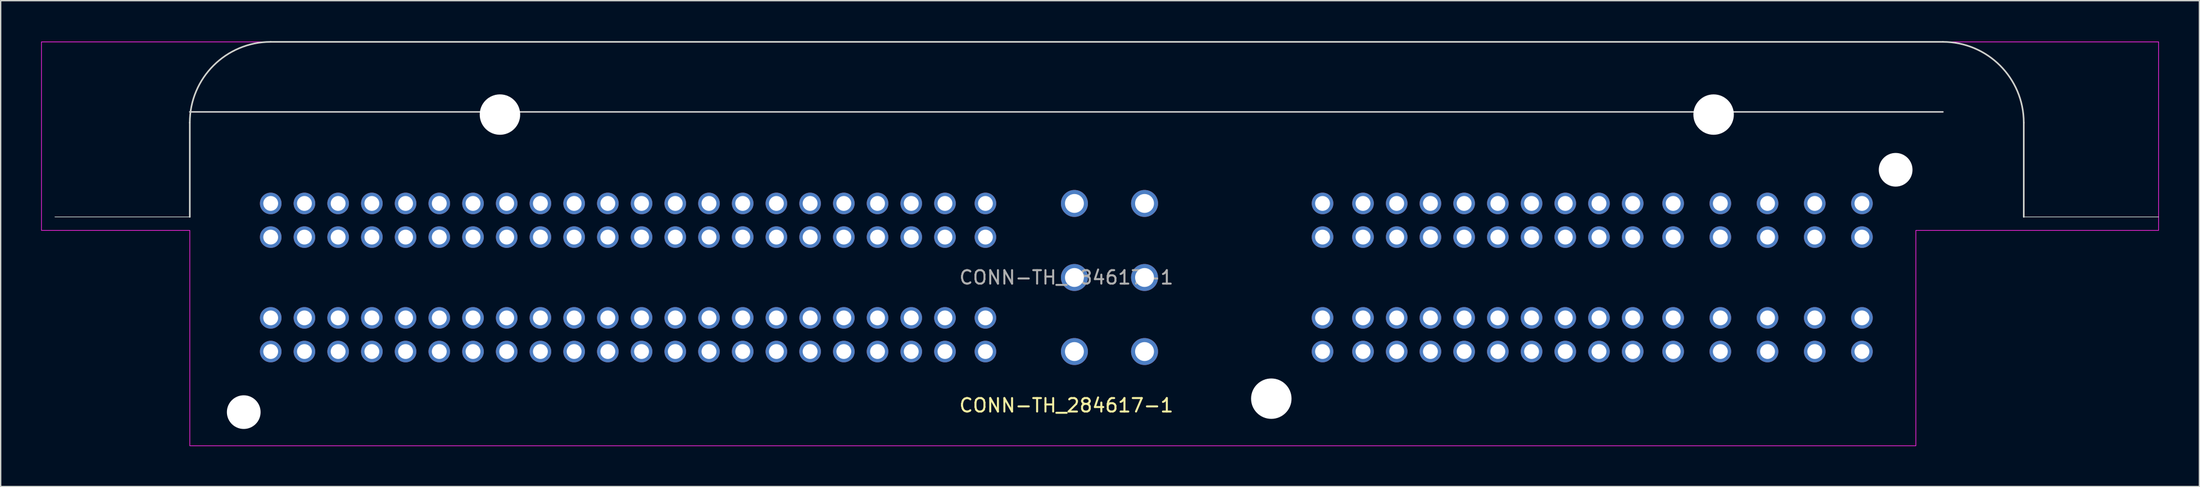
<source format=kicad_pcb>
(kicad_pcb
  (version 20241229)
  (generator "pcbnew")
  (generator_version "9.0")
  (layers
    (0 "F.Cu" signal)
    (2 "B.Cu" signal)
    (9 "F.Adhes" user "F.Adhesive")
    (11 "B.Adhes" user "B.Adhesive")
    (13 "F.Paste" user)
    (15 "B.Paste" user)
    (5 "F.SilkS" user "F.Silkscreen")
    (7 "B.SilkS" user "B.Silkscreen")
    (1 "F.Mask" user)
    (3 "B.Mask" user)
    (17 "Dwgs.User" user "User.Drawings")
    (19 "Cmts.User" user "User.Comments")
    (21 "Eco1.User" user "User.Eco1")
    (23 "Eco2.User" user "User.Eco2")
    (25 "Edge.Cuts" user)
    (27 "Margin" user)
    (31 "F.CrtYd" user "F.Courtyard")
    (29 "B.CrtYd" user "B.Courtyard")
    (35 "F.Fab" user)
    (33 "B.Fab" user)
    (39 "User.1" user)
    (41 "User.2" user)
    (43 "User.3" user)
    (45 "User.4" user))
  (footprint "CONN-TH_284617-1"
    (layer "F.Cu")
    (at 11.025 12.06)
    (property "Reference" "CONN-TH_284617-1" (at 65 15 180) (layer "F.SilkS") (effects (font (size 1 1) (thickness 0.15))))
    (attr through_hole)
    (fp_line (start 130 -6.8) (end 0 -6.8) (stroke (width 0.12) (type default)) (layer "Dwgs.User"))
    (fp_line (start 0 -6) (end 0 1) (stroke (width 0.12) (type default)) (layer "Edge.Cuts"))
    (fp_line (start 0 1) (end -10 1) (stroke (width 0.05) (type default)) (layer "Edge.Cuts"))
    (fp_line (start 130 -12) (end 6 -12) (stroke (width 0.12) (type default)) (layer "Edge.Cuts"))
    (fp_line (start 136 -6) (end 136 1) (stroke (width 0.12) (type default)) (layer "Edge.Cuts"))
    (fp_line (start 136 1) (end 146 1) (stroke (width 0.05) (type default)) (layer "Edge.Cuts"))
    (fp_arc (start 0 -6) (mid 1.757359 -10.242641) (end 6 -12) (stroke (width 0.12) (type default)) (layer "Edge.Cuts"))
    (fp_arc (start 130 -12) (mid 134.242641 -10.242641) (end 136 -6) (stroke (width 0.12) (type default)) (layer "Edge.Cuts"))
    (fp_poly (pts (xy 128 18) (xy 128 2) (xy 146 2) (xy 146 -12) (xy -11 -12) (xy -11 2) (xy 0 2) (xy 0 18)) (stroke (width 0.05) (type solid)) (fill no) (layer "F.CrtYd"))
    (fp_circle (center 6 0) (end 5.8 0) (stroke (width 0.4) (type solid)) (fill no) (layer "F.Fab"))
    (fp_circle (center 6 2.5) (end 5.8 2.5) (stroke (width 0.4) (type solid)) (fill no) (layer "F.Fab"))
    (fp_circle (center 6 8.5) (end 5.8 8.5) (stroke (width 0.4) (type solid)) (fill no) (layer "F.Fab"))
    (fp_circle (center 6 11) (end 5.8 11) (stroke (width 0.4) (type solid)) (fill no) (layer "F.Fab"))
    (fp_circle (center 8.5 0) (end 8.3 0) (stroke (width 0.4) (type solid)) (fill no) (layer "F.Fab"))
    (fp_circle (center 8.5 2.5) (end 8.3 2.5) (stroke (width 0.4) (type solid)) (fill no) (layer "F.Fab"))
    (fp_circle (center 8.5 8.5) (end 8.3 8.5) (stroke (width 0.4) (type solid)) (fill no) (layer "F.Fab"))
    (fp_circle (center 8.5 11) (end 8.3 11) (stroke (width 0.4) (type solid)) (fill no) (layer "F.Fab"))
    (fp_circle (center 11 0) (end 10.8 0) (stroke (width 0.4) (type solid)) (fill no) (layer "F.Fab"))
    (fp_circle (center 11 2.5) (end 10.8 2.5) (stroke (width 0.4) (type solid)) (fill no) (layer "F.Fab"))
    (fp_circle (center 11 8.5) (end 10.8 8.5) (stroke (width 0.4) (type solid)) (fill no) (layer "F.Fab"))
    (fp_circle (center 11 11) (end 10.8 11) (stroke (width 0.4) (type solid)) (fill no) (layer "F.Fab"))
    (fp_circle (center 13.5 0) (end 13.3 0) (stroke (width 0.4) (type solid)) (fill no) (layer "F.Fab"))
    (fp_circle (center 13.5 2.5) (end 13.3 2.5) (stroke (width 0.4) (type solid)) (fill no) (layer "F.Fab"))
    (fp_circle (center 13.5 8.5) (end 13.3 8.5) (stroke (width 0.4) (type solid)) (fill no) (layer "F.Fab"))
    (fp_circle (center 13.5 11) (end 13.3 11) (stroke (width 0.4) (type solid)) (fill no) (layer "F.Fab"))
    (fp_circle (center 16 0) (end 15.8 0) (stroke (width 0.4) (type solid)) (fill no) (layer "F.Fab"))
    (fp_circle (center 16 2.5) (end 15.8 2.5) (stroke (width 0.4) (type solid)) (fill no) (layer "F.Fab"))
    (fp_circle (center 16 8.5) (end 15.8 8.5) (stroke (width 0.4) (type solid)) (fill no) (layer "F.Fab"))
    (fp_circle (center 16 11) (end 15.8 11) (stroke (width 0.4) (type solid)) (fill no) (layer "F.Fab"))
    (fp_circle (center 18.5 0) (end 18.3 0) (stroke (width 0.4) (type solid)) (fill no) (layer "F.Fab"))
    (fp_circle (center 18.5 2.5) (end 18.3 2.5) (stroke (width 0.4) (type solid)) (fill no) (layer "F.Fab"))
    (fp_circle (center 18.5 8.5) (end 18.3 8.5) (stroke (width 0.4) (type solid)) (fill no) (layer "F.Fab"))
    (fp_circle (center 18.5 11) (end 18.3 11) (stroke (width 0.4) (type solid)) (fill no) (layer "F.Fab"))
    (fp_circle (center 21 0) (end 20.8 0) (stroke (width 0.4) (type solid)) (fill no) (layer "F.Fab"))
    (fp_circle (center 21 2.5) (end 20.8 2.5) (stroke (width 0.4) (type solid)) (fill no) (layer "F.Fab"))
    (fp_circle (center 21 8.5) (end 20.8 8.5) (stroke (width 0.4) (type solid)) (fill no) (layer "F.Fab"))
    (fp_circle (center 21 11) (end 20.8 11) (stroke (width 0.4) (type solid)) (fill no) (layer "F.Fab"))
    (fp_circle (center 23.5 0) (end 23.3 0) (stroke (width 0.4) (type solid)) (fill no) (layer "F.Fab"))
    (fp_circle (center 23.5 2.5) (end 23.3 2.5) (stroke (width 0.4) (type solid)) (fill no) (layer "F.Fab"))
    (fp_circle (center 23.5 8.5) (end 23.3 8.5) (stroke (width 0.4) (type solid)) (fill no) (layer "F.Fab"))
    (fp_circle (center 23.5 11) (end 23.3 11) (stroke (width 0.4) (type solid)) (fill no) (layer "F.Fab"))
    (fp_circle (center 26 0) (end 25.8 0) (stroke (width 0.4) (type solid)) (fill no) (layer "F.Fab"))
    (fp_circle (center 26 2.5) (end 25.8 2.5) (stroke (width 0.4) (type solid)) (fill no) (layer "F.Fab"))
    (fp_circle (center 26 8.5) (end 25.8 8.5) (stroke (width 0.4) (type solid)) (fill no) (layer "F.Fab"))
    (fp_circle (center 26 11) (end 25.8 11) (stroke (width 0.4) (type solid)) (fill no) (layer "F.Fab"))
    (fp_circle (center 28.5 0) (end 28.3 0) (stroke (width 0.4) (type solid)) (fill no) (layer "F.Fab"))
    (fp_circle (center 28.5 2.5) (end 28.3 2.5) (stroke (width 0.4) (type solid)) (fill no) (layer "F.Fab"))
    (fp_circle (center 28.5 8.5) (end 28.3 8.5) (stroke (width 0.4) (type solid)) (fill no) (layer "F.Fab"))
    (fp_circle (center 28.5 11) (end 28.3 11) (stroke (width 0.4) (type solid)) (fill no) (layer "F.Fab"))
    (fp_circle (center 31 0) (end 30.8 0) (stroke (width 0.4) (type solid)) (fill no) (layer "F.Fab"))
    (fp_circle (center 31 2.5) (end 30.8 2.5) (stroke (width 0.4) (type solid)) (fill no) (layer "F.Fab"))
    (fp_circle (center 31 8.5) (end 30.8 8.5) (stroke (width 0.4) (type solid)) (fill no) (layer "F.Fab"))
    (fp_circle (center 31 11) (end 30.8 11) (stroke (width 0.4) (type solid)) (fill no) (layer "F.Fab"))
    (fp_circle (center 33.5 0) (end 33.3 0) (stroke (width 0.4) (type solid)) (fill no) (layer "F.Fab"))
    (fp_circle (center 33.5 2.5) (end 33.3 2.5) (stroke (width 0.4) (type solid)) (fill no) (layer "F.Fab"))
    (fp_circle (center 33.5 8.5) (end 33.3 8.5) (stroke (width 0.4) (type solid)) (fill no) (layer "F.Fab"))
    (fp_circle (center 33.5 11) (end 33.3 11) (stroke (width 0.4) (type solid)) (fill no) (layer "F.Fab"))
    (fp_circle (center 36 0) (end 35.8 0) (stroke (width 0.4) (type solid)) (fill no) (layer "F.Fab"))
    (fp_circle (center 36 2.5) (end 35.8 2.5) (stroke (width 0.4) (type solid)) (fill no) (layer "F.Fab"))
    (fp_circle (center 36 8.5) (end 35.8 8.5) (stroke (width 0.4) (type solid)) (fill no) (layer "F.Fab"))
    (fp_circle (center 36 11) (end 35.8 11) (stroke (width 0.4) (type solid)) (fill no) (layer "F.Fab"))
    (fp_circle (center 38.5 0) (end 38.3 0) (stroke (width 0.4) (type solid)) (fill no) (layer "F.Fab"))
    (fp_circle (center 38.5 2.5) (end 38.3 2.5) (stroke (width 0.4) (type solid)) (fill no) (layer "F.Fab"))
    (fp_circle (center 38.5 8.5) (end 38.3 8.5) (stroke (width 0.4) (type solid)) (fill no) (layer "F.Fab"))
    (fp_circle (center 38.5 11) (end 38.3 11) (stroke (width 0.4) (type solid)) (fill no) (layer "F.Fab"))
    (fp_circle (center 41 0) (end 40.8 0) (stroke (width 0.4) (type solid)) (fill no) (layer "F.Fab"))
    (fp_circle (center 41 2.5) (end 40.8 2.5) (stroke (width 0.4) (type solid)) (fill no) (layer "F.Fab"))
    (fp_circle (center 41 8.5) (end 40.8 8.5) (stroke (width 0.4) (type solid)) (fill no) (layer "F.Fab"))
    (fp_circle (center 41 11) (end 40.8 11) (stroke (width 0.4) (type solid)) (fill no) (layer "F.Fab"))
    (fp_circle (center 43.5 0) (end 43.3 0) (stroke (width 0.4) (type solid)) (fill no) (layer "F.Fab"))
    (fp_circle (center 43.5 2.5) (end 43.3 2.5) (stroke (width 0.4) (type solid)) (fill no) (layer "F.Fab"))
    (fp_circle (center 43.5 8.5) (end 43.3 8.5) (stroke (width 0.4) (type solid)) (fill no) (layer "F.Fab"))
    (fp_circle (center 43.5 11) (end 43.3 11) (stroke (width 0.4) (type solid)) (fill no) (layer "F.Fab"))
    (fp_circle (center 46 0) (end 45.8 0) (stroke (width 0.4) (type solid)) (fill no) (layer "F.Fab"))
    (fp_circle (center 46 2.5) (end 45.8 2.5) (stroke (width 0.4) (type solid)) (fill no) (layer "F.Fab"))
    (fp_circle (center 46 8.5) (end 45.8 8.5) (stroke (width 0.4) (type solid)) (fill no) (layer "F.Fab"))
    (fp_circle (center 46 11) (end 45.8 11) (stroke (width 0.4) (type solid)) (fill no) (layer "F.Fab"))
    (fp_circle (center 48.5 0) (end 48.3 0) (stroke (width 0.4) (type solid)) (fill no) (layer "F.Fab"))
    (fp_circle (center 48.5 2.5) (end 48.3 2.5) (stroke (width 0.4) (type solid)) (fill no) (layer "F.Fab"))
    (fp_circle (center 48.5 8.5) (end 48.3 8.5) (stroke (width 0.4) (type solid)) (fill no) (layer "F.Fab"))
    (fp_circle (center 48.5 11) (end 48.3 11) (stroke (width 0.4) (type solid)) (fill no) (layer "F.Fab"))
    (fp_circle (center 51 0) (end 50.8 0) (stroke (width 0.4) (type solid)) (fill no) (layer "F.Fab"))
    (fp_circle (center 51 2.5) (end 50.8 2.5) (stroke (width 0.4) (type solid)) (fill no) (layer "F.Fab"))
    (fp_circle (center 51 8.5) (end 50.8 8.5) (stroke (width 0.4) (type solid)) (fill no) (layer "F.Fab"))
    (fp_circle (center 51 11) (end 50.8 11) (stroke (width 0.4) (type solid)) (fill no) (layer "F.Fab"))
    (fp_circle (center 53.5 0) (end 53.3 0) (stroke (width 0.4) (type solid)) (fill no) (layer "F.Fab"))
    (fp_circle (center 53.5 2.5) (end 53.3 2.5) (stroke (width 0.4) (type solid)) (fill no) (layer "F.Fab"))
    (fp_circle (center 53.5 8.5) (end 53.3 8.5) (stroke (width 0.4) (type solid)) (fill no) (layer "F.Fab"))
    (fp_circle (center 53.5 11) (end 53.3 11) (stroke (width 0.4) (type solid)) (fill no) (layer "F.Fab"))
    (fp_circle (center 56 0) (end 55.8 0) (stroke (width 0.4) (type solid)) (fill no) (layer "F.Fab"))
    (fp_circle (center 56 2.5) (end 55.8 2.5) (stroke (width 0.4) (type solid)) (fill no) (layer "F.Fab"))
    (fp_circle (center 56 8.5) (end 55.8 8.5) (stroke (width 0.4) (type solid)) (fill no) (layer "F.Fab"))
    (fp_circle (center 56 11) (end 55.8 11) (stroke (width 0.4) (type solid)) (fill no) (layer "F.Fab"))
    (fp_circle (center 59 0) (end 58.8 0) (stroke (width 0.4) (type solid)) (fill no) (layer "F.Fab"))
    (fp_circle (center 59 2.5) (end 58.8 2.5) (stroke (width 0.4) (type solid)) (fill no) (layer "F.Fab"))
    (fp_circle (center 59 8.5) (end 58.8 8.5) (stroke (width 0.4) (type solid)) (fill no) (layer "F.Fab"))
    (fp_circle (center 59 11) (end 58.8 11) (stroke (width 0.4) (type solid)) (fill no) (layer "F.Fab"))
    (fp_circle (center 65.6 0) (end 65.3 0) (stroke (width 0.6) (type solid)) (fill no) (layer "F.Fab"))
    (fp_circle (center 65.6 5.5) (end 65.3 5.5) (stroke (width 0.6) (type solid)) (fill no) (layer "F.Fab"))
    (fp_circle (center 65.6 11) (end 65.3 11) (stroke (width 0.6) (type solid)) (fill no) (layer "F.Fab"))
    (fp_circle (center 70.8 0) (end 70.5 0) (stroke (width 0.6) (type solid)) (fill no) (layer "F.Fab"))
    (fp_circle (center 70.8 5.5) (end 70.5 5.5) (stroke (width 0.6) (type solid)) (fill no) (layer "F.Fab"))
    (fp_circle (center 70.8 11) (end 70.5 11) (stroke (width 0.6) (type solid)) (fill no) (layer "F.Fab"))
    (fp_circle (center 84 0) (end 83.8 0) (stroke (width 0.4) (type solid)) (fill no) (layer "F.Fab"))
    (fp_circle (center 84 2.5) (end 83.8 2.5) (stroke (width 0.4) (type solid)) (fill no) (layer "F.Fab"))
    (fp_circle (center 84 8.5) (end 83.8 8.5) (stroke (width 0.4) (type solid)) (fill no) (layer "F.Fab"))
    (fp_circle (center 84 11) (end 83.8 11) (stroke (width 0.4) (type solid)) (fill no) (layer "F.Fab"))
    (fp_circle (center 87 0) (end 86.8 0) (stroke (width 0.4) (type solid)) (fill no) (layer "F.Fab"))
    (fp_circle (center 87 2.5) (end 86.8 2.5) (stroke (width 0.4) (type solid)) (fill no) (layer "F.Fab"))
    (fp_circle (center 87 8.5) (end 86.8 8.5) (stroke (width 0.4) (type solid)) (fill no) (layer "F.Fab"))
    (fp_circle (center 87 11) (end 86.8 11) (stroke (width 0.4) (type solid)) (fill no) (layer "F.Fab"))
    (fp_circle (center 89.5 0) (end 89.3 0) (stroke (width 0.4) (type solid)) (fill no) (layer "F.Fab"))
    (fp_circle (center 89.5 2.5) (end 89.3 2.5) (stroke (width 0.4) (type solid)) (fill no) (layer "F.Fab"))
    (fp_circle (center 89.5 8.5) (end 89.3 8.5) (stroke (width 0.4) (type solid)) (fill no) (layer "F.Fab"))
    (fp_circle (center 89.5 11) (end 89.3 11) (stroke (width 0.4) (type solid)) (fill no) (layer "F.Fab"))
    (fp_circle (center 92 0) (end 91.8 0) (stroke (width 0.4) (type solid)) (fill no) (layer "F.Fab"))
    (fp_circle (center 92 2.5) (end 91.8 2.5) (stroke (width 0.4) (type solid)) (fill no) (layer "F.Fab"))
    (fp_circle (center 92 8.5) (end 91.8 8.5) (stroke (width 0.4) (type solid)) (fill no) (layer "F.Fab"))
    (fp_circle (center 92 11) (end 91.8 11) (stroke (width 0.4) (type solid)) (fill no) (layer "F.Fab"))
    (fp_circle (center 94.5 0) (end 94.3 0) (stroke (width 0.4) (type solid)) (fill no) (layer "F.Fab"))
    (fp_circle (center 94.5 2.5) (end 94.3 2.5) (stroke (width 0.4) (type solid)) (fill no) (layer "F.Fab"))
    (fp_circle (center 94.5 8.5) (end 94.3 8.5) (stroke (width 0.4) (type solid)) (fill no) (layer "F.Fab"))
    (fp_circle (center 94.5 11) (end 94.3 11) (stroke (width 0.4) (type solid)) (fill no) (layer "F.Fab"))
    (fp_circle (center 97 0) (end 96.8 0) (stroke (width 0.4) (type solid)) (fill no) (layer "F.Fab"))
    (fp_circle (center 97 2.5) (end 96.8 2.5) (stroke (width 0.4) (type solid)) (fill no) (layer "F.Fab"))
    (fp_circle (center 97 8.5) (end 96.8 8.5) (stroke (width 0.4) (type solid)) (fill no) (layer "F.Fab"))
    (fp_circle (center 97 11) (end 96.8 11) (stroke (width 0.4) (type solid)) (fill no) (layer "F.Fab"))
    (fp_circle (center 99.5 0) (end 99.3 0) (stroke (width 0.4) (type solid)) (fill no) (layer "F.Fab"))
    (fp_circle (center 99.5 2.5) (end 99.3 2.5) (stroke (width 0.4) (type solid)) (fill no) (layer "F.Fab"))
    (fp_circle (center 99.5 8.5) (end 99.3 8.5) (stroke (width 0.4) (type solid)) (fill no) (layer "F.Fab"))
    (fp_circle (center 99.5 11) (end 99.3 11) (stroke (width 0.4) (type solid)) (fill no) (layer "F.Fab"))
    (fp_circle (center 102 0) (end 101.8 0) (stroke (width 0.4) (type solid)) (fill no) (layer "F.Fab"))
    (fp_circle (center 102 2.5) (end 101.8 2.5) (stroke (width 0.4) (type solid)) (fill no) (layer "F.Fab"))
    (fp_circle (center 102 8.5) (end 101.8 8.5) (stroke (width 0.4) (type solid)) (fill no) (layer "F.Fab"))
    (fp_circle (center 102 11) (end 101.8 11) (stroke (width 0.4) (type solid)) (fill no) (layer "F.Fab"))
    (fp_circle (center 104.5 0) (end 104.3 0) (stroke (width 0.4) (type solid)) (fill no) (layer "F.Fab"))
    (fp_circle (center 104.5 2.5) (end 104.3 2.5) (stroke (width 0.4) (type solid)) (fill no) (layer "F.Fab"))
    (fp_circle (center 104.5 8.5) (end 104.3 8.5) (stroke (width 0.4) (type solid)) (fill no) (layer "F.Fab"))
    (fp_circle (center 104.5 11) (end 104.3 11) (stroke (width 0.4) (type solid)) (fill no) (layer "F.Fab"))
    (fp_circle (center 107 0) (end 106.8 0) (stroke (width 0.4) (type solid)) (fill no) (layer "F.Fab"))
    (fp_circle (center 107 2.5) (end 106.8 2.5) (stroke (width 0.4) (type solid)) (fill no) (layer "F.Fab"))
    (fp_circle (center 107 8.5) (end 106.8 8.5) (stroke (width 0.4) (type solid)) (fill no) (layer "F.Fab"))
    (fp_circle (center 107 11) (end 106.8 11) (stroke (width 0.4) (type solid)) (fill no) (layer "F.Fab"))
    (fp_circle (center 110 0) (end 109.8 0) (stroke (width 0.4) (type solid)) (fill no) (layer "F.Fab"))
    (fp_circle (center 110 2.5) (end 109.8 2.5) (stroke (width 0.4) (type solid)) (fill no) (layer "F.Fab"))
    (fp_circle (center 110 8.5) (end 109.8 8.5) (stroke (width 0.4) (type solid)) (fill no) (layer "F.Fab"))
    (fp_circle (center 110 11) (end 109.8 11) (stroke (width 0.4) (type solid)) (fill no) (layer "F.Fab"))
    (fp_circle (center 113.5 0) (end 113.3 0) (stroke (width 0.4) (type solid)) (fill no) (layer "F.Fab"))
    (fp_circle (center 113.5 2.5) (end 113.3 2.5) (stroke (width 0.4) (type solid)) (fill no) (layer "F.Fab"))
    (fp_circle (center 113.5 8.5) (end 113.3 8.5) (stroke (width 0.4) (type solid)) (fill no) (layer "F.Fab"))
    (fp_circle (center 113.5 11) (end 113.3 11) (stroke (width 0.4) (type solid)) (fill no) (layer "F.Fab"))
    (fp_circle (center 117 0) (end 116.8 0) (stroke (width 0.4) (type solid)) (fill no) (layer "F.Fab"))
    (fp_circle (center 117 2.5) (end 116.8 2.5) (stroke (width 0.4) (type solid)) (fill no) (layer "F.Fab"))
    (fp_circle (center 117 8.5) (end 116.8 8.5) (stroke (width 0.4) (type solid)) (fill no) (layer "F.Fab"))
    (fp_circle (center 117 11) (end 116.8 11) (stroke (width 0.4) (type solid)) (fill no) (layer "F.Fab"))
    (fp_circle (center 120.5 0) (end 120.3 0) (stroke (width 0.4) (type solid)) (fill no) (layer "F.Fab"))
    (fp_circle (center 120.5 2.5) (end 120.3 2.5) (stroke (width 0.4) (type solid)) (fill no) (layer "F.Fab"))
    (fp_circle (center 120.5 8.5) (end 120.3 8.5) (stroke (width 0.4) (type solid)) (fill no) (layer "F.Fab"))
    (fp_circle (center 120.5 11) (end 120.3 11) (stroke (width 0.4) (type solid)) (fill no) (layer "F.Fab"))
    (fp_circle (center 124 0) (end 123.8 0) (stroke (width 0.4) (type solid)) (fill no) (layer "F.Fab"))
    (fp_circle (center 124 2.5) (end 123.8 2.5) (stroke (width 0.4) (type solid)) (fill no) (layer "F.Fab"))
    (fp_circle (center 124 8.5) (end 123.8 8.5) (stroke (width 0.4) (type solid)) (fill no) (layer "F.Fab"))
    (fp_circle (center 124 11) (end 123.8 11) (stroke (width 0.4) (type solid)) (fill no) (layer "F.Fab"))
    (fp_text user "${REFERENCE}" (at 65 5.5 180) (layer "F.Fab") (effects (font (size 1 1) (thickness 0.15))))
    (pad "" np_thru_hole circle (at 4 15.5) (size 2.5 2.5) (drill 2.5) (layers "*.Cu" "*.Mask"))
    (pad "" np_thru_hole circle (at 23 -6.6) (size 3 3) (drill 3) (layers "*.Cu" "*.Mask"))
    (pad "" np_thru_hole circle (at 80.2 14.5) (size 3 3) (drill 3) (layers "*.Cu" "*.Mask"))
    (pad "" np_thru_hole circle (at 113 -6.6) (size 3 3) (drill 3) (layers "*.Cu" "*.Mask"))
    (pad "" np_thru_hole circle (at 126.5 -2.5) (size 2.5 2.5) (drill 2.5) (layers "*.Cu" "*.Mask"))
    (pad "1" thru_hole circle (at 124 0) (size 1.6 1.6) (drill 1.1) (layers "*.Cu" "*.Mask"))
    (pad "2" thru_hole circle (at 120.5 0) (size 1.6 1.6) (drill 1.1) (layers "*.Cu" "*.Mask"))
    (pad "3" thru_hole circle (at 117 0) (size 1.6 1.6) (drill 1.1) (layers "*.Cu" "*.Mask"))
    (pad "4" thru_hole circle (at 113.5 0) (size 1.6 1.6) (drill 1.1) (layers "*.Cu" "*.Mask"))
    (pad "5" thru_hole circle (at 110 0) (size 1.6 1.6) (drill 1.1) (layers "*.Cu" "*.Mask"))
    (pad "6" thru_hole circle (at 107 0) (size 1.6 1.6) (drill 1.1) (layers "*.Cu" "*.Mask"))
    (pad "7" thru_hole circle (at 104.5 0) (size 1.6 1.6) (drill 1.1) (layers "*.Cu" "*.Mask"))
    (pad "8" thru_hole circle (at 102 0) (size 1.6 1.6) (drill 1.1) (layers "*.Cu" "*.Mask"))
    (pad "9" thru_hole circle (at 99.5 0) (size 1.6 1.6) (drill 1.1) (layers "*.Cu" "*.Mask"))
    (pad "10" thru_hole circle (at 97 0) (size 1.6 1.6) (drill 1.1) (layers "*.Cu" "*.Mask"))
    (pad "11" thru_hole circle (at 94.5 0) (size 1.6 1.6) (drill 1.1) (layers "*.Cu" "*.Mask"))
    (pad "12" thru_hole circle (at 92 0) (size 1.6 1.6) (drill 1.1) (layers "*.Cu" "*.Mask"))
    (pad "13" thru_hole circle (at 89.5 0) (size 1.6 1.6) (drill 1.1) (layers "*.Cu" "*.Mask"))
    (pad "14" thru_hole circle (at 87 0) (size 1.6 1.6) (drill 1.1) (layers "*.Cu" "*.Mask"))
    (pad "15" thru_hole circle (at 84 0) (size 1.6 1.6) (drill 1.1) (layers "*.Cu" "*.Mask"))
    (pad "16" thru_hole circle (at 124 2.5) (size 1.6 1.6) (drill 1.1) (layers "*.Cu" "*.Mask"))
    (pad "17" thru_hole circle (at 120.5 2.5) (size 1.6 1.6) (drill 1.1) (layers "*.Cu" "*.Mask"))
    (pad "18" thru_hole circle (at 117 2.5) (size 1.6 1.6) (drill 1.1) (layers "*.Cu" "*.Mask"))
    (pad "19" thru_hole circle (at 113.5 2.5) (size 1.6 1.6) (drill 1.1) (layers "*.Cu" "*.Mask"))
    (pad "20" thru_hole circle (at 110 2.5) (size 1.6 1.6) (drill 1.1) (layers "*.Cu" "*.Mask"))
    (pad "21" thru_hole circle (at 107 2.5) (size 1.6 1.6) (drill 1.1) (layers "*.Cu" "*.Mask"))
    (pad "22" thru_hole circle (at 104.5 2.5) (size 1.6 1.6) (drill 1.1) (layers "*.Cu" "*.Mask"))
    (pad "23" thru_hole circle (at 102 2.5) (size 1.6 1.6) (drill 1.1) (layers "*.Cu" "*.Mask"))
    (pad "24" thru_hole circle (at 99.5 2.5) (size 1.6 1.6) (drill 1.1) (layers "*.Cu" "*.Mask"))
    (pad "25" thru_hole circle (at 97 2.5) (size 1.6 1.6) (drill 1.1) (layers "*.Cu" "*.Mask"))
    (pad "26" thru_hole circle (at 94.5 2.5) (size 1.6 1.6) (drill 1.1) (layers "*.Cu" "*.Mask"))
    (pad "27" thru_hole circle (at 92 2.5) (size 1.6 1.6) (drill 1.1) (layers "*.Cu" "*.Mask"))
    (pad "28" thru_hole circle (at 89.5 2.5) (size 1.6 1.6) (drill 1.1) (layers "*.Cu" "*.Mask"))
    (pad "29" thru_hole circle (at 87 2.5) (size 1.6 1.6) (drill 1.1) (layers "*.Cu" "*.Mask"))
    (pad "30" thru_hole circle (at 84 2.5) (size 1.6 1.6) (drill 1.1) (layers "*.Cu" "*.Mask"))
    (pad "31" thru_hole circle (at 124 8.5) (size 1.6 1.6) (drill 1.1) (layers "*.Cu" "*.Mask"))
    (pad "32" thru_hole circle (at 120.5 8.5) (size 1.6 1.6) (drill 1.1) (layers "*.Cu" "*.Mask"))
    (pad "33" thru_hole circle (at 117 8.5) (size 1.6 1.6) (drill 1.1) (layers "*.Cu" "*.Mask"))
    (pad "34" thru_hole circle (at 113.5 8.5) (size 1.6 1.6) (drill 1.1) (layers "*.Cu" "*.Mask"))
    (pad "35" thru_hole circle (at 110 8.5) (size 1.6 1.6) (drill 1.1) (layers "*.Cu" "*.Mask"))
    (pad "36" thru_hole circle (at 107 8.5) (size 1.6 1.6) (drill 1.1) (layers "*.Cu" "*.Mask"))
    (pad "37" thru_hole circle (at 104.5 8.5) (size 1.6 1.6) (drill 1.1) (layers "*.Cu" "*.Mask"))
    (pad "38" thru_hole circle (at 102 8.5) (size 1.6 1.6) (drill 1.1) (layers "*.Cu" "*.Mask"))
    (pad "39" thru_hole circle (at 99.5 8.5) (size 1.6 1.6) (drill 1.1) (layers "*.Cu" "*.Mask"))
    (pad "40" thru_hole circle (at 97 8.5) (size 1.6 1.6) (drill 1.1) (layers "*.Cu" "*.Mask"))
    (pad "41" thru_hole circle (at 94.5 8.5) (size 1.6 1.6) (drill 1.1) (layers "*.Cu" "*.Mask"))
    (pad "42" thru_hole circle (at 92 8.5) (size 1.6 1.6) (drill 1.1) (layers "*.Cu" "*.Mask"))
    (pad "43" thru_hole circle (at 89.5 8.5) (size 1.6 1.6) (drill 1.1) (layers "*.Cu" "*.Mask"))
    (pad "44" thru_hole circle (at 87 8.5) (size 1.6 1.6) (drill 1.1) (layers "*.Cu" "*.Mask"))
    (pad "45" thru_hole circle (at 84 8.5) (size 1.6 1.6) (drill 1.1) (layers "*.Cu" "*.Mask"))
    (pad "46" thru_hole circle (at 124 11) (size 1.6 1.6) (drill 1.1) (layers "*.Cu" "*.Mask"))
    (pad "47" thru_hole circle (at 120.5 11) (size 1.6 1.6) (drill 1.1) (layers "*.Cu" "*.Mask"))
    (pad "48" thru_hole circle (at 117 11) (size 1.6 1.6) (drill 1.1) (layers "*.Cu" "*.Mask"))
    (pad "49" thru_hole circle (at 113.5 11) (size 1.6 1.6) (drill 1.1) (layers "*.Cu" "*.Mask"))
    (pad "50" thru_hole circle (at 110 11) (size 1.6 1.6) (drill 1.1) (layers "*.Cu" "*.Mask"))
    (pad "51" thru_hole circle (at 107 11) (size 1.6 1.6) (drill 1.1) (layers "*.Cu" "*.Mask"))
    (pad "52" thru_hole circle (at 104.5 11) (size 1.6 1.6) (drill 1.1) (layers "*.Cu" "*.Mask"))
    (pad "53" thru_hole circle (at 102 11) (size 1.6 1.6) (drill 1.1) (layers "*.Cu" "*.Mask"))
    (pad "54" thru_hole circle (at 99.5 11) (size 1.6 1.6) (drill 1.1) (layers "*.Cu" "*.Mask"))
    (pad "55" thru_hole circle (at 97 11) (size 1.6 1.6) (drill 1.1) (layers "*.Cu" "*.Mask"))
    (pad "56" thru_hole circle (at 94.5 11) (size 1.6 1.6) (drill 1.1) (layers "*.Cu" "*.Mask"))
    (pad "57" thru_hole circle (at 92 11) (size 1.6 1.6) (drill 1.1) (layers "*.Cu" "*.Mask"))
    (pad "58" thru_hole circle (at 89.5 11) (size 1.6 1.6) (drill 1.1) (layers "*.Cu" "*.Mask"))
    (pad "59" thru_hole circle (at 87 11) (size 1.6 1.6) (drill 1.1) (layers "*.Cu" "*.Mask"))
    (pad "60" thru_hole circle (at 84 11) (size 1.6 1.6) (drill 1.1) (layers "*.Cu" "*.Mask"))
    (pad "61" thru_hole circle (at 65.6 0) (size 2 2) (drill 1.4) (layers "*.Cu" "*.Mask"))
    (pad "62" thru_hole circle (at 70.8 0) (size 2 2) (drill 1.4) (layers "*.Cu" "*.Mask"))
    (pad "63" thru_hole circle (at 65.6 5.5) (size 2 2) (drill 1.4) (layers "*.Cu" "*.Mask"))
    (pad "64" thru_hole circle (at 70.8 5.5) (size 2 2) (drill 1.4) (layers "*.Cu" "*.Mask"))
    (pad "65" thru_hole circle (at 65.6 11) (size 2 2) (drill 1.4) (layers "*.Cu" "*.Mask"))
    (pad "66" thru_hole circle (at 70.8 11) (size 2 2) (drill 1.4) (layers "*.Cu" "*.Mask"))
    (pad "67" thru_hole circle (at 59 0) (size 1.6 1.6) (drill 1.1) (layers "*.Cu" "*.Mask"))
    (pad "68" thru_hole circle (at 56 0) (size 1.6 1.6) (drill 1.1) (layers "*.Cu" "*.Mask"))
    (pad "69" thru_hole circle (at 53.5 0) (size 1.6 1.6) (drill 1.1) (layers "*.Cu" "*.Mask"))
    (pad "70" thru_hole circle (at 51 0) (size 1.6 1.6) (drill 1.1) (layers "*.Cu" "*.Mask"))
    (pad "71" thru_hole circle (at 48.5 0) (size 1.6 1.6) (drill 1.1) (layers "*.Cu" "*.Mask"))
    (pad "72" thru_hole circle (at 46 0) (size 1.6 1.6) (drill 1.1) (layers "*.Cu" "*.Mask"))
    (pad "73" thru_hole circle (at 43.5 0) (size 1.6 1.6) (drill 1.1) (layers "*.Cu" "*.Mask"))
    (pad "74" thru_hole circle (at 41 0) (size 1.6 1.6) (drill 1.1) (layers "*.Cu" "*.Mask"))
    (pad "75" thru_hole circle (at 38.5 0) (size 1.6 1.6) (drill 1.1) (layers "*.Cu" "*.Mask"))
    (pad "76" thru_hole circle (at 36 0) (size 1.6 1.6) (drill 1.1) (layers "*.Cu" "*.Mask"))
    (pad "77" thru_hole circle (at 33.5 0) (size 1.6 1.6) (drill 1.1) (layers "*.Cu" "*.Mask"))
    (pad "78" thru_hole circle (at 31 0) (size 1.6 1.6) (drill 1.1) (layers "*.Cu" "*.Mask"))
    (pad "79" thru_hole circle (at 28.5 0) (size 1.6 1.6) (drill 1.1) (layers "*.Cu" "*.Mask"))
    (pad "80" thru_hole circle (at 26 0) (size 1.6 1.6) (drill 1.1) (layers "*.Cu" "*.Mask"))
    (pad "81" thru_hole circle (at 23.5 0) (size 1.6 1.6) (drill 1.1) (layers "*.Cu" "*.Mask"))
    (pad "82" thru_hole circle (at 21 0) (size 1.6 1.6) (drill 1.1) (layers "*.Cu" "*.Mask"))
    (pad "83" thru_hole circle (at 18.5 0) (size 1.6 1.6) (drill 1.1) (layers "*.Cu" "*.Mask"))
    (pad "84" thru_hole circle (at 16 0) (size 1.6 1.6) (drill 1.1) (layers "*.Cu" "*.Mask"))
    (pad "85" thru_hole circle (at 13.5 0) (size 1.6 1.6) (drill 1.1) (layers "*.Cu" "*.Mask"))
    (pad "86" thru_hole circle (at 11 0) (size 1.6 1.6) (drill 1.1) (layers "*.Cu" "*.Mask"))
    (pad "87" thru_hole circle (at 8.5 0) (size 1.6 1.6) (drill 1.1) (layers "*.Cu" "*.Mask"))
    (pad "88" thru_hole circle (at 6 0) (size 1.6 1.6) (drill 1.1) (layers "*.Cu" "*.Mask"))
    (pad "89" thru_hole circle (at 59 2.5) (size 1.6 1.6) (drill 1.1) (layers "*.Cu" "*.Mask"))
    (pad "90" thru_hole circle (at 56 2.5) (size 1.6 1.6) (drill 1.1) (layers "*.Cu" "*.Mask"))
    (pad "91" thru_hole circle (at 53.5 2.5) (size 1.6 1.6) (drill 1.1) (layers "*.Cu" "*.Mask"))
    (pad "92" thru_hole circle (at 51 2.5) (size 1.6 1.6) (drill 1.1) (layers "*.Cu" "*.Mask"))
    (pad "93" thru_hole circle (at 48.5 2.5) (size 1.6 1.6) (drill 1.1) (layers "*.Cu" "*.Mask"))
    (pad "94" thru_hole circle (at 46 2.5) (size 1.6 1.6) (drill 1.1) (layers "*.Cu" "*.Mask"))
    (pad "95" thru_hole circle (at 43.5 2.5) (size 1.6 1.6) (drill 1.1) (layers "*.Cu" "*.Mask"))
    (pad "96" thru_hole circle (at 41 2.5) (size 1.6 1.6) (drill 1.1) (layers "*.Cu" "*.Mask"))
    (pad "97" thru_hole circle (at 38.5 2.5) (size 1.6 1.6) (drill 1.1) (layers "*.Cu" "*.Mask"))
    (pad "98" thru_hole circle (at 36 2.5) (size 1.6 1.6) (drill 1.1) (layers "*.Cu" "*.Mask"))
    (pad "99" thru_hole circle (at 33.5 2.5) (size 1.6 1.6) (drill 1.1) (layers "*.Cu" "*.Mask"))
    (pad "100" thru_hole circle (at 31 2.5) (size 1.6 1.6) (drill 1.1) (layers "*.Cu" "*.Mask"))
    (pad "101" thru_hole circle (at 28.5 2.5) (size 1.6 1.6) (drill 1.1) (layers "*.Cu" "*.Mask"))
    (pad "102" thru_hole circle (at 26 2.5) (size 1.6 1.6) (drill 1.1) (layers "*.Cu" "*.Mask"))
    (pad "103" thru_hole circle (at 23.5 2.5) (size 1.6 1.6) (drill 1.1) (layers "*.Cu" "*.Mask"))
    (pad "104" thru_hole circle (at 21 2.5) (size 1.6 1.6) (drill 1.1) (layers "*.Cu" "*.Mask"))
    (pad "105" thru_hole circle (at 18.5 2.5) (size 1.6 1.6) (drill 1.1) (layers "*.Cu" "*.Mask"))
    (pad "106" thru_hole circle (at 16 2.5) (size 1.6 1.6) (drill 1.1) (layers "*.Cu" "*.Mask"))
    (pad "107" thru_hole circle (at 13.5 2.5) (size 1.6 1.6) (drill 1.1) (layers "*.Cu" "*.Mask"))
    (pad "108" thru_hole circle (at 11 2.5) (size 1.6 1.6) (drill 1.1) (layers "*.Cu" "*.Mask"))
    (pad "109" thru_hole circle (at 8.5 2.5) (size 1.6 1.6) (drill 1.1) (layers "*.Cu" "*.Mask"))
    (pad "110" thru_hole circle (at 6 2.5) (size 1.6 1.6) (drill 1.1) (layers "*.Cu" "*.Mask"))
    (pad "111" thru_hole circle (at 59 8.5) (size 1.6 1.6) (drill 1.1) (layers "*.Cu" "*.Mask"))
    (pad "112" thru_hole circle (at 56 8.5) (size 1.6 1.6) (drill 1.1) (layers "*.Cu" "*.Mask"))
    (pad "113" thru_hole circle (at 53.5 8.5) (size 1.6 1.6) (drill 1.1) (layers "*.Cu" "*.Mask"))
    (pad "114" thru_hole circle (at 51 8.5) (size 1.6 1.6) (drill 1.1) (layers "*.Cu" "*.Mask"))
    (pad "115" thru_hole circle (at 48.5 8.5) (size 1.6 1.6) (drill 1.1) (layers "*.Cu" "*.Mask"))
    (pad "116" thru_hole circle (at 46 8.5) (size 1.6 1.6) (drill 1.1) (layers "*.Cu" "*.Mask"))
    (pad "117" thru_hole circle (at 43.5 8.5) (size 1.6 1.6) (drill 1.1) (layers "*.Cu" "*.Mask"))
    (pad "118" thru_hole circle (at 41 8.5) (size 1.6 1.6) (drill 1.1) (layers "*.Cu" "*.Mask"))
    (pad "119" thru_hole circle (at 38.5 8.5) (size 1.6 1.6) (drill 1.1) (layers "*.Cu" "*.Mask"))
    (pad "120" thru_hole circle (at 36 8.5) (size 1.6 1.6) (drill 1.1) (layers "*.Cu" "*.Mask"))
    (pad "121" thru_hole circle (at 33.5 8.5) (size 1.6 1.6) (drill 1.1) (layers "*.Cu" "*.Mask"))
    (pad "122" thru_hole circle (at 31 8.5) (size 1.6 1.6) (drill 1.1) (layers "*.Cu" "*.Mask"))
    (pad "123" thru_hole circle (at 28.5 8.5) (size 1.6 1.6) (drill 1.1) (layers "*.Cu" "*.Mask"))
    (pad "124" thru_hole circle (at 26 8.5) (size 1.6 1.6) (drill 1.1) (layers "*.Cu" "*.Mask"))
    (pad "125" thru_hole circle (at 23.5 8.5) (size 1.6 1.6) (drill 1.1) (layers "*.Cu" "*.Mask"))
    (pad "126" thru_hole circle (at 21 8.5) (size 1.6 1.6) (drill 1.1) (layers "*.Cu" "*.Mask"))
    (pad "127" thru_hole circle (at 18.5 8.5) (size 1.6 1.6) (drill 1.1) (layers "*.Cu" "*.Mask"))
    (pad "128" thru_hole circle (at 16 8.5) (size 1.6 1.6) (drill 1.1) (layers "*.Cu" "*.Mask"))
    (pad "129" thru_hole circle (at 13.5 8.5) (size 1.6 1.6) (drill 1.1) (layers "*.Cu" "*.Mask"))
    (pad "130" thru_hole circle (at 11 8.5) (size 1.6 1.6) (drill 1.1) (layers "*.Cu" "*.Mask"))
    (pad "131" thru_hole circle (at 8.5 8.5) (size 1.6 1.6) (drill 1.1) (layers "*.Cu" "*.Mask"))
    (pad "132" thru_hole circle (at 6 8.5) (size 1.6 1.6) (drill 1.1) (layers "*.Cu" "*.Mask"))
    (pad "133" thru_hole circle (at 59 11) (size 1.6 1.6) (drill 1.1) (layers "*.Cu" "*.Mask"))
    (pad "134" thru_hole circle (at 56 11) (size 1.6 1.6) (drill 1.1) (layers "*.Cu" "*.Mask"))
    (pad "135" thru_hole circle (at 53.5 11) (size 1.6 1.6) (drill 1.1) (layers "*.Cu" "*.Mask"))
    (pad "136" thru_hole circle (at 51 11) (size 1.6 1.6) (drill 1.1) (layers "*.Cu" "*.Mask"))
    (pad "137" thru_hole circle (at 48.5 11) (size 1.6 1.6) (drill 1.1) (layers "*.Cu" "*.Mask"))
    (pad "138" thru_hole circle (at 46 11) (size 1.6 1.6) (drill 1.1) (layers "*.Cu" "*.Mask"))
    (pad "139" thru_hole circle (at 43.5 11) (size 1.6 1.6) (drill 1.1) (layers "*.Cu" "*.Mask"))
    (pad "140" thru_hole circle (at 41 11) (size 1.6 1.6) (drill 1.1) (layers "*.Cu" "*.Mask"))
    (pad "141" thru_hole circle (at 38.5 11) (size 1.6 1.6) (drill 1.1) (layers "*.Cu" "*.Mask"))
    (pad "142" thru_hole circle (at 36 11) (size 1.6 1.6) (drill 1.1) (layers "*.Cu" "*.Mask"))
    (pad "143" thru_hole circle (at 33.5 11) (size 1.6 1.6) (drill 1.1) (layers "*.Cu" "*.Mask"))
    (pad "144" thru_hole circle (at 31 11) (size 1.6 1.6) (drill 1.1) (layers "*.Cu" "*.Mask"))
    (pad "145" thru_hole circle (at 28.5 11) (size 1.6 1.6) (drill 1.1) (layers "*.Cu" "*.Mask"))
    (pad "146" thru_hole circle (at 26 11) (size 1.6 1.6) (drill 1.1) (layers "*.Cu" "*.Mask"))
    (pad "147" thru_hole circle (at 23.5 11) (size 1.6 1.6) (drill 1.1) (layers "*.Cu" "*.Mask"))
    (pad "148" thru_hole circle (at 21 11) (size 1.6 1.6) (drill 1.1) (layers "*.Cu" "*.Mask"))
    (pad "149" thru_hole circle (at 18.5 11) (size 1.6 1.6) (drill 1.1) (layers "*.Cu" "*.Mask"))
    (pad "150" thru_hole circle (at 16 11) (size 1.6 1.6) (drill 1.1) (layers "*.Cu" "*.Mask"))
    (pad "151" thru_hole circle (at 13.5 11) (size 1.6 1.6) (drill 1.1) (layers "*.Cu" "*.Mask"))
    (pad "152" thru_hole circle (at 11 11) (size 1.6 1.6) (drill 1.1) (layers "*.Cu" "*.Mask"))
    (pad "153" thru_hole circle (at 8.5 11) (size 1.6 1.6) (drill 1.1) (layers "*.Cu" "*.Mask"))
    (pad "154" thru_hole circle (at 6 11) (size 1.6 1.6) (drill 1.1) (layers "*.Cu" "*.Mask"))
    (zone (net_name "") (layer "F.Cu") (hatch edge 0.5) (connect_pads) (min_thickness 0.25) (filled_areas_thickness no) (keepout (tracks allowed) (vias allowed) (pads allowed) (copperpour allowed) (footprints not_allowed)) (placement (enabled no)) (fill) (polygon (pts (xy 0.025 14.06) (xy 11.025 14.06) (xy 11.025 30.06) (xy 139.025 30.06) (xy 139.025 14.06) (xy 157.025 14.06) (xy 157.025 0.06) (xy 0.025 0.06)))))
  (gr_rect
    (start -3 -3)
    (end 160.05 33.085)
    (stroke (width 0.1) (type default))
    (fill no)
    (layer "Edge.Cuts")))
</source>
